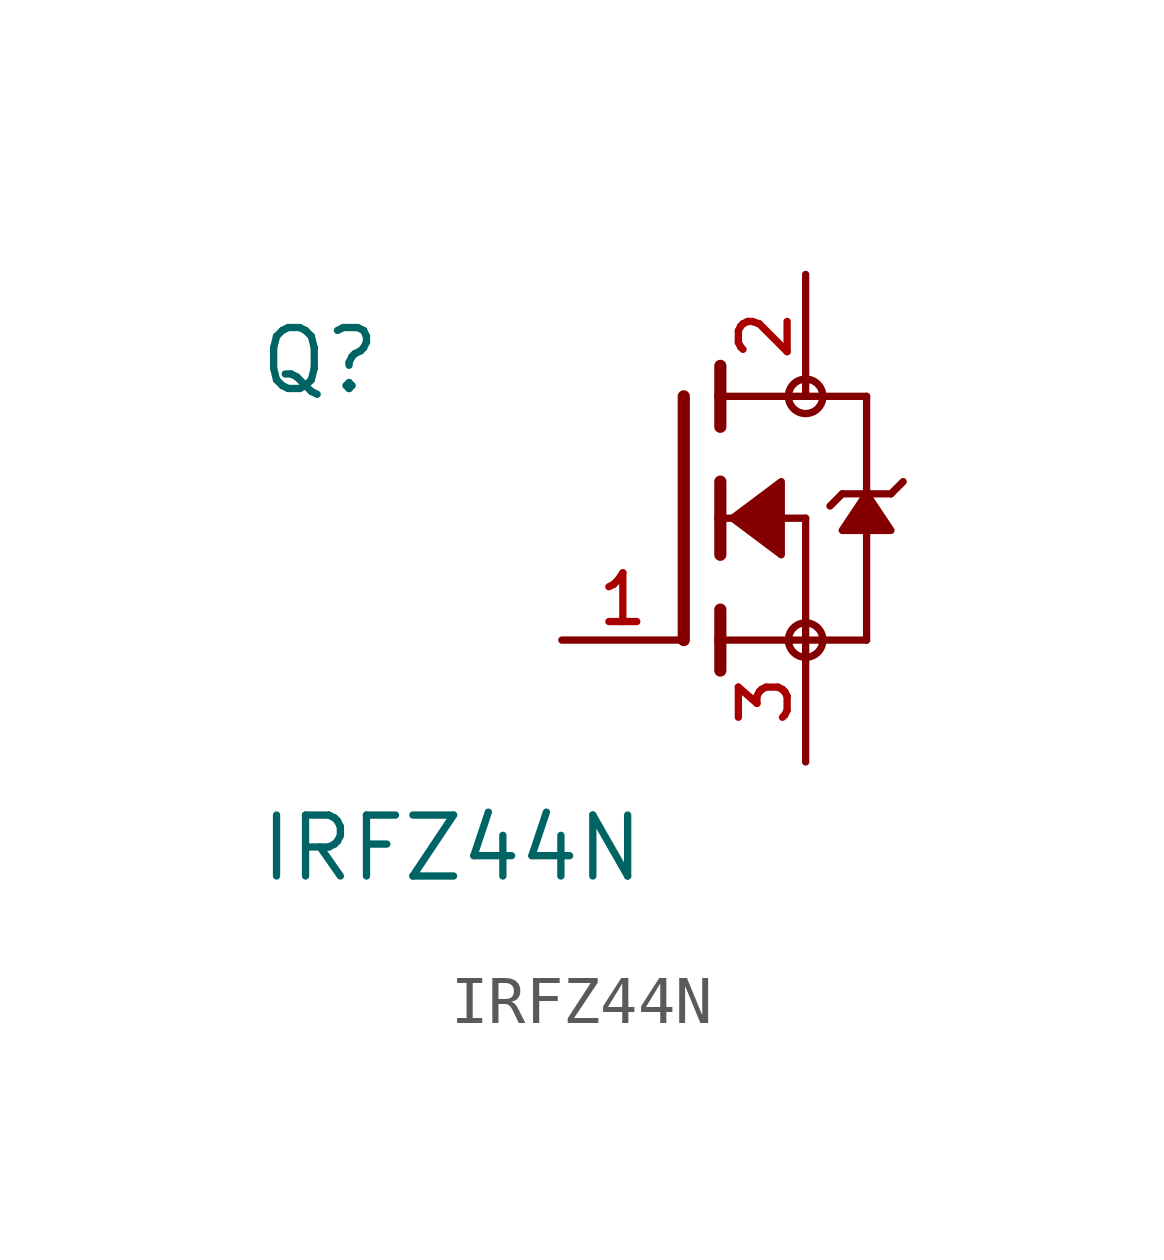
<source format=kicad_sym>
(kicad_symbol_lib
  (version 20211014)
  (generator kicad_symbol_editor)
  (symbol "IRFZ44N"
    (pin_names
      (offset 1.016))
    (property "Reference" "Q"
      (at -8.89 2.54 0)
      (effects (font (size 1.27 1.27)) (justify bottom left)))
    (property "Value" "IRFZ44N"
      (at -8.89 -7.62 0)
      (effects (font (size 1.27 1.27)) (justify bottom left)))
    (symbol "IRFZ44N_0_0"
      (polyline (pts (xy 0.762 0.762) (xy 0.762 0.0)) (stroke (width 0.254)))
      (polyline (pts (xy 0.762 0.0) (xy 0.762 -0.762)) (stroke (width 0.254)))
      (polyline (pts (xy 0.762 3.175) (xy 0.762 2.54)) (stroke (width 0.254)))
      (polyline (pts (xy 0.762 2.54) (xy 0.762 1.905)) (stroke (width 0.254)))
      (polyline (pts (xy 0.762 0.0) (xy 2.54 0.0)) (stroke (width 0.152)))
      (polyline (pts (xy 2.54 0.0) (xy 2.54 -2.54)) (stroke (width 0.152)))
      (polyline (pts (xy 0.762 -1.905) (xy 0.762 -2.54)) (stroke (width 0.254)))
      (polyline (pts (xy 0.762 -2.54) (xy 0.762 -3.175)) (stroke (width 0.254)))
      (polyline (pts (xy 0.0 2.54) (xy 0.0 -2.54)) (stroke (width 0.254)))
      (polyline (pts (xy 2.54 -2.54) (xy 0.762 -2.54)) (stroke (width 0.152)))
      (polyline (pts (xy 3.81 2.54) (xy 3.81 0.508)) (stroke (width 0.152)))
      (polyline (pts (xy 3.81 0.508) (xy 3.81 -2.54)) (stroke (width 0.152)))
      (polyline (pts (xy 2.54 -2.54) (xy 3.81 -2.54)) (stroke (width 0.152)))
      (polyline (pts (xy 0.762 2.54) (xy 3.81 2.54)) (stroke (width 0.152)))
      (polyline (pts (xy 4.572 0.762) (xy 4.318 0.508)) (stroke (width 0.152)))
      (polyline (pts (xy 4.318 0.508) (xy 3.81 0.508)) (stroke (width 0.152)))
      (polyline (pts (xy 3.81 0.508) (xy 3.302 0.508)) (stroke (width 0.152)))
      (polyline (pts (xy 3.302 0.508) (xy 3.048 0.254)) (stroke (width 0.152)))
      (circle (center 2.54 -2.54) (radius 0.359) (stroke (width 0.0)) (fill (type none)))
      (circle (center 2.54 2.54) (radius 0.359) (stroke (width 0.0)) (fill (type none)))
      (polyline (pts (xy 3.81 0.508) (xy 3.302 -0.254) (xy 4.318 -0.254) (xy 3.81 0.508)) (stroke (width 0.152)) (fill (type outline)))
      (polyline (pts (xy 1.016 0.0) (xy 2.032 0.762) (xy 2.032 -0.762) (xy 1.016 0.0)) (stroke (width 0.152)) (fill (type outline)))
      (pin passive line (at 2.54 -5.08 90.0) (length 2.54) (name "~" (effects (font (size 1.016 1.016)))) (number "3" (effects (font (size 1.016 1.016)))))
      (pin passive line (at -2.54 -2.54 0) (length 2.54) (name "~" (effects (font (size 1.016 1.016)))) (number "1" (effects (font (size 1.016 1.016)))))
      (pin passive line (at 2.54 5.08 270.0) (length 2.54) (name "~" (effects (font (size 1.016 1.016)))) (number "2" (effects (font (size 1.016 1.016))))))))
</source>
